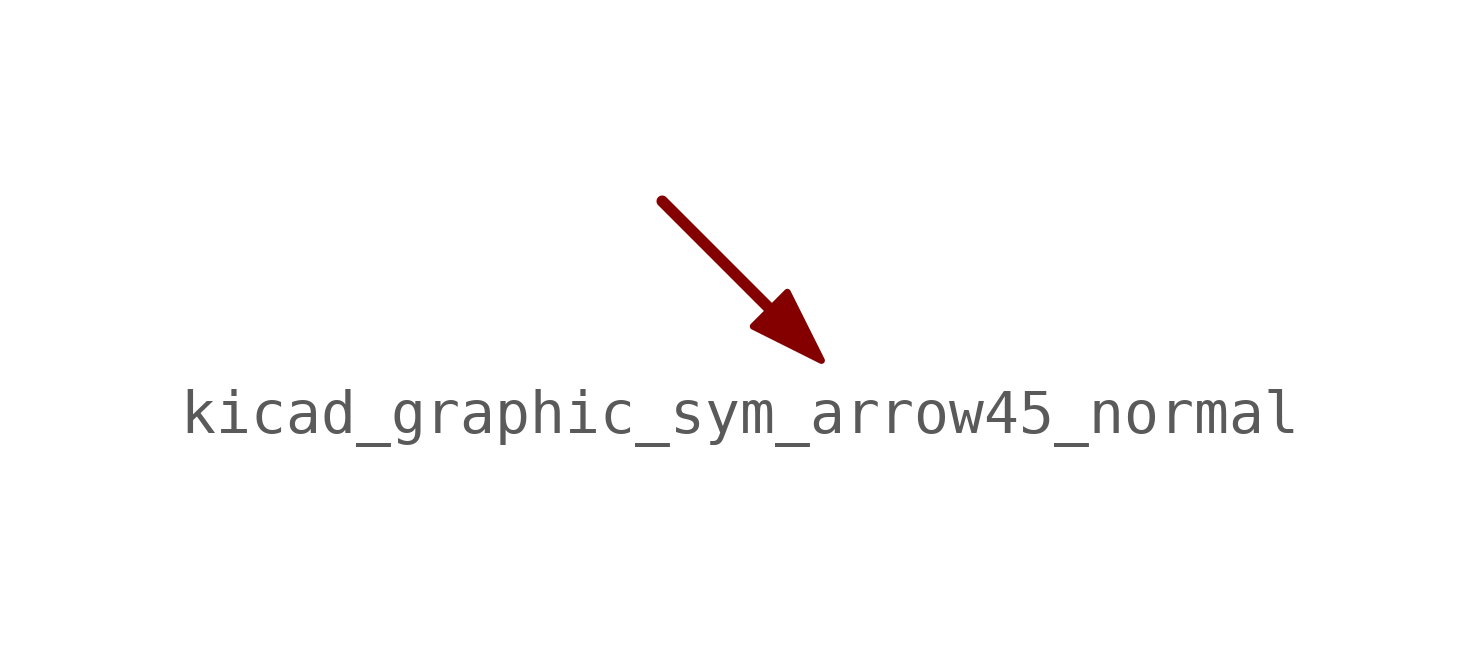
<source format=kicad_sym>
(kicad_symbol_lib
  (version 20220914)
  (generator kicad_symbol_editor)
  (symbol "kicad_graphic_sym_arrow45_normal"
    (property "Reference" "#SYM"
      (at 3.81 1.27 0)
      (effects (font (size 1.27 1.27)) hide))
    (symbol "kicad_graphic_sym_arrow45_normal_0_1"
      (polyline (pts (xy 1.524 -1.524) (xy -1.778 1.778)) (stroke (width 0.254) (type default)) (fill (type none)))
      (polyline (pts (xy 1.778 -1.778) (xy 0.254 -1.016) (xy 1.016 -0.254) (xy 1.778 -1.778)) (stroke (width 0) (type default)) (fill (type outline))))))
</source>
